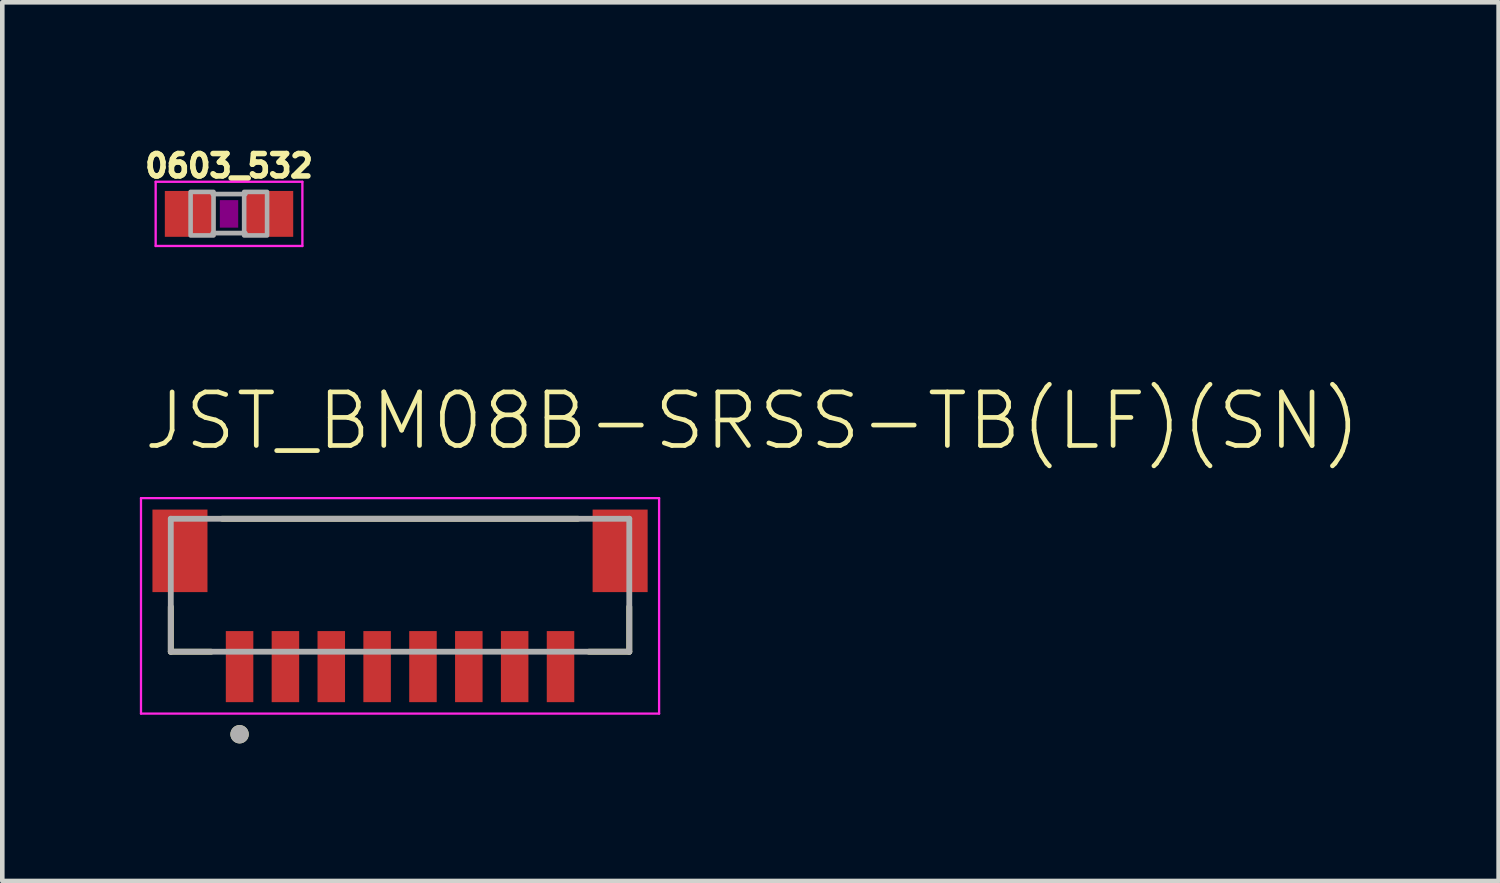
<source format=kicad_pcb>
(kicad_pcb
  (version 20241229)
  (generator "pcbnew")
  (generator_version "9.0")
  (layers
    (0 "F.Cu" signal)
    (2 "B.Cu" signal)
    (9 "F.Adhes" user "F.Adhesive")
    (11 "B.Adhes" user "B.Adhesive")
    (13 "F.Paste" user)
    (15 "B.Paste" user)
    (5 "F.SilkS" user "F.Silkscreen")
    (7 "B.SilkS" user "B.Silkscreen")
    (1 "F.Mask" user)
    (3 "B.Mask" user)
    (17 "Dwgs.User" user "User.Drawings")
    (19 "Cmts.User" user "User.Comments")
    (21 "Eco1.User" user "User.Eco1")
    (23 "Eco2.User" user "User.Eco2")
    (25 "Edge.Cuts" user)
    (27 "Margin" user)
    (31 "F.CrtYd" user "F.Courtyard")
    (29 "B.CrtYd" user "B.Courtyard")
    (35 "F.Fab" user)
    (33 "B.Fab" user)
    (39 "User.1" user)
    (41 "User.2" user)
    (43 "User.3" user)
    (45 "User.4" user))
  (footprint "0603_532"
    (layer "F.Cu")
    (at 1.945 1.615)
    (property "Reference" "0603_532" (at 0 -0.762 0) (unlocked yes) (layer "F.SilkS") (effects (font (size 0.488 0.488) (thickness 0.122)) (justify bottom)))
    (fp_poly (pts (xy -0.2 0.3) (xy 0.2 0.3) (xy 0.2 -0.3) (xy -0.2 -0.3)) (stroke (width 0) (type default)) (fill yes) (layer "F.Adhes"))
    (fp_line (start -1.6 -0.7) (end 1.6 -0.7) (stroke (width 0.051) (type solid)) (layer "F.CrtYd"))
    (fp_line (start -1.6 0.7) (end -1.6 -0.7) (stroke (width 0.051) (type solid)) (layer "F.CrtYd"))
    (fp_line (start 1.6 -0.7) (end 1.6 0.7) (stroke (width 0.051) (type solid)) (layer "F.CrtYd"))
    (fp_line (start 1.6 0.7) (end -1.6 0.7) (stroke (width 0.051) (type solid)) (layer "F.CrtYd"))
    (fp_line (start -0.356 -0.432) (end 0.356 -0.432) (stroke (width 0.102) (type solid)) (layer "F.Fab"))
    (fp_line (start -0.356 0.419) (end 0.356 0.419) (stroke (width 0.102) (type solid)) (layer "F.Fab"))
    (fp_poly (pts (xy -0.838 0.47) (xy -0.338 0.47) (xy -0.338 -0.48) (xy -0.838 -0.48)) (stroke (width 0.1) (type default)) (fill no) (layer "F.Fab"))
    (fp_poly (pts (xy 0.33 0.47) (xy 0.83 0.47) (xy 0.83 -0.48) (xy 0.33 -0.48)) (stroke (width 0.1) (type default)) (fill no) (layer "F.Fab"))
    (pad "1" smd rect (at -0.85 0) (size 1.1 1) (layers "F.Cu" "F.Mask" "F.Paste"))
    (pad "2" smd rect (at 0.85 0) (size 1.1 1) (layers "F.Cu" "F.Mask" "F.Paste")))
  (footprint "JST_BM08B-SRSS-TB(LF)(SN)"
    (layer "F.Cu")
    (at 5.675 8.964)
    (property "Reference" "JST_BM08B-SRSS-TB(LF)(SN)" (at -5.65 -2.15 0) (unlocked yes) (layer "F.SilkS") (effects (font (size 1.168 1.168) (thickness 0.102)) (justify left bottom)))
    (fp_line (start -5 2.2) (end -5 1.22) (stroke (width 0.127) (type solid)) (layer "F.SilkS"))
    (fp_line (start -4.12 2.2) (end -5 2.2) (stroke (width 0.127) (type solid)) (layer "F.SilkS"))
    (fp_line (start -3.88 -0.7) (end 3.88 -0.7) (stroke (width 0.127) (type solid)) (layer "F.SilkS"))
    (fp_line (start 5 2.2) (end 4.12 2.2) (stroke (width 0.127) (type solid)) (layer "F.SilkS"))
    (fp_line (start 5 2.2) (end 5 1.22) (stroke (width 0.127) (type solid)) (layer "F.SilkS"))
    (fp_circle (center -3.5 4) (end -3.4 4) (stroke (width 0.2) (type solid)) (fill no) (layer "F.SilkS"))
    (fp_line (start -5.65 -1.15) (end -5.65 3.55) (stroke (width 0.05) (type solid)) (layer "F.CrtYd"))
    (fp_line (start -5.65 3.55) (end 5.65 3.55) (stroke (width 0.05) (type solid)) (layer "F.CrtYd"))
    (fp_line (start 5.65 -1.15) (end -5.65 -1.15) (stroke (width 0.05) (type solid)) (layer "F.CrtYd"))
    (fp_line (start 5.65 3.55) (end 5.65 -1.15) (stroke (width 0.05) (type solid)) (layer "F.CrtYd"))
    (fp_line (start -5 -0.7) (end 5 -0.7) (stroke (width 0.127) (type solid)) (layer "F.Fab"))
    (fp_line (start -5 2.2) (end -5 -0.7) (stroke (width 0.127) (type solid)) (layer "F.Fab"))
    (fp_line (start 5 -0.7) (end 5 2.2) (stroke (width 0.127) (type solid)) (layer "F.Fab"))
    (fp_line (start 5 2.2) (end -5 2.2) (stroke (width 0.127) (type solid)) (layer "F.Fab"))
    (fp_circle (center -3.5 4) (end -3.4 4) (stroke (width 0.2) (type solid)) (fill no) (layer "F.Fab"))
    (pad "1" smd rect (at -3.5 2.525) (size 0.6 1.55) (layers "F.Cu" "F.Mask" "F.Paste"))
    (pad "2" smd rect (at -2.5 2.525) (size 0.6 1.55) (layers "F.Cu" "F.Mask" "F.Paste"))
    (pad "3" smd rect (at -1.5 2.525) (size 0.6 1.55) (layers "F.Cu" "F.Mask" "F.Paste"))
    (pad "4" smd rect (at -0.5 2.525) (size 0.6 1.55) (layers "F.Cu" "F.Mask" "F.Paste"))
    (pad "5" smd rect (at 0.5 2.525) (size 0.6 1.55) (layers "F.Cu" "F.Mask" "F.Paste"))
    (pad "6" smd rect (at 1.5 2.525) (size 0.6 1.55) (layers "F.Cu" "F.Mask" "F.Paste"))
    (pad "7" smd rect (at 2.5 2.525) (size 0.6 1.55) (layers "F.Cu" "F.Mask" "F.Paste"))
    (pad "8" smd rect (at 3.5 2.525) (size 0.6 1.55) (layers "F.Cu" "F.Mask" "F.Paste"))
    (pad "S1" smd rect (at -4.8 0) (size 1.2 1.8) (layers "F.Cu" "F.Mask" "F.Paste"))
    (pad "S2" smd rect (at 4.8 0) (size 1.2 1.8) (layers "F.Cu" "F.Mask" "F.Paste")))
  (gr_rect
    (start -3 -3)
    (end 29.635 16.164)
    (stroke (width 0.1) (type default))
    (fill no)
    (layer "Edge.Cuts")))
</source>
